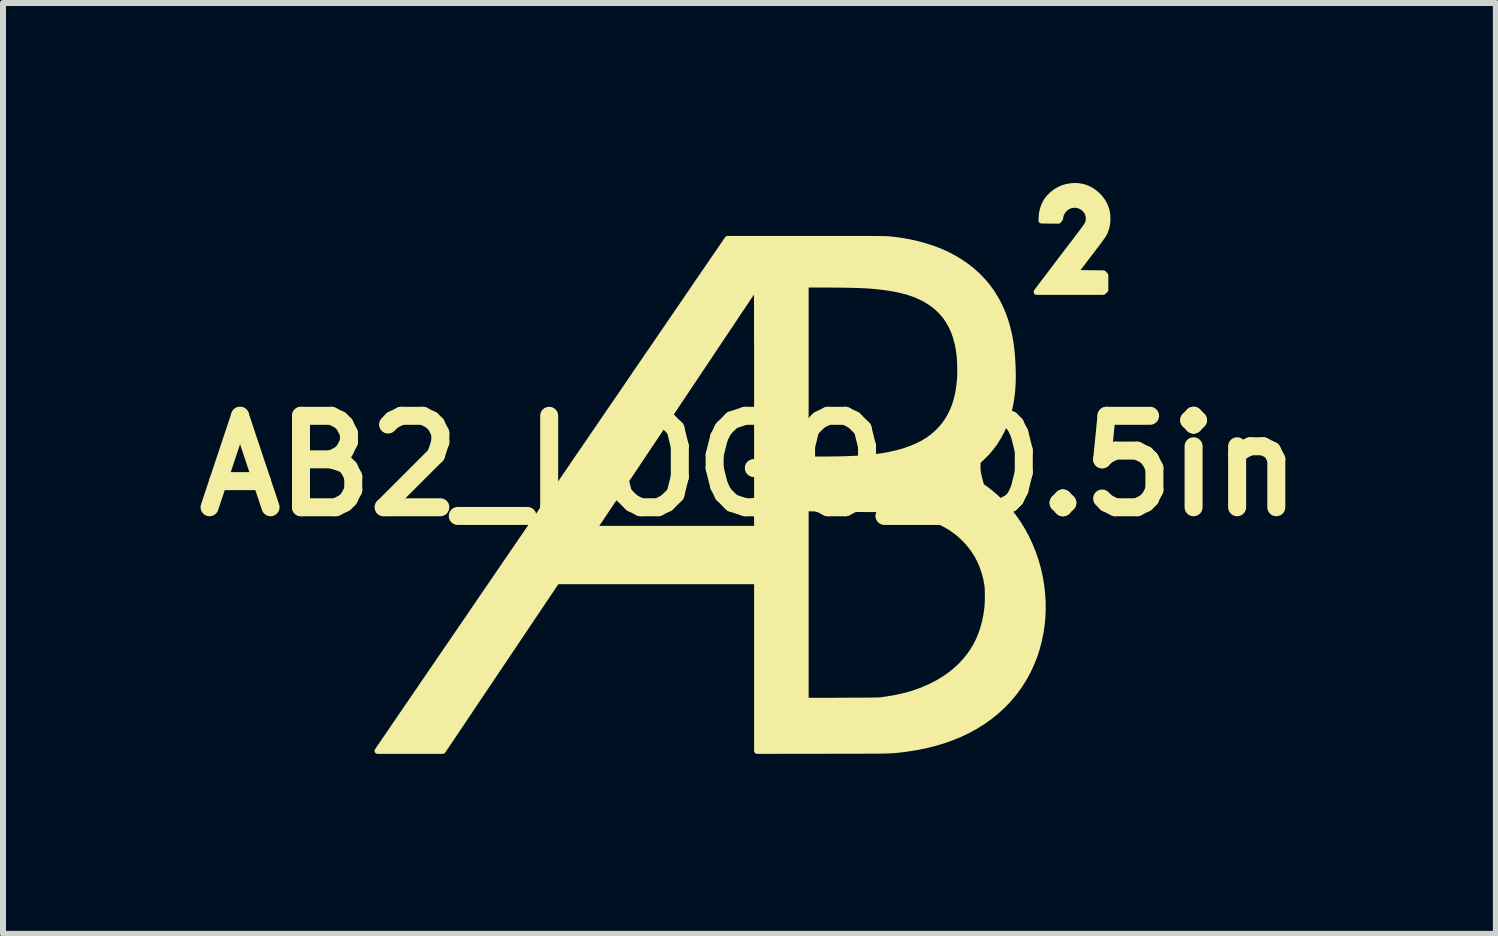
<source format=kicad_pcb>
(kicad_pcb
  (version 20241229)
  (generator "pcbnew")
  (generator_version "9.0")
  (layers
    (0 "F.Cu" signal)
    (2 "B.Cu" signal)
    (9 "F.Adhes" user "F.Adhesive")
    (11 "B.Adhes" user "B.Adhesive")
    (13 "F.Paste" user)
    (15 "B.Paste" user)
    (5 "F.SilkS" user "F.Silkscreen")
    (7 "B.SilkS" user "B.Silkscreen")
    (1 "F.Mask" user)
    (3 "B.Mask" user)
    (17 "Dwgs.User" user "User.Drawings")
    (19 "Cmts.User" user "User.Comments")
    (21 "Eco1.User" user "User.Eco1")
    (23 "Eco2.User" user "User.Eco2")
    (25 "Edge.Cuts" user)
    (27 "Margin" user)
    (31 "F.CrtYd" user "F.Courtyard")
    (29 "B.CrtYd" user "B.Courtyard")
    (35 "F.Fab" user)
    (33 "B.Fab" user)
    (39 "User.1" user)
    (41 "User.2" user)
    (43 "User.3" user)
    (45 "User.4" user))
  (footprint "AB2_LOGO_0.5in"
    (layer "F.Cu")
    (at 9.442 4.715)
    (property "Reference" "AB2_LOGO_0.5in" (at 0 0 0) (layer "F.SilkS") (effects (font (size 1.524 1.524) (thickness 0.3))))
    (attr through_hole)
    (fp_poly (pts (xy 5.966 -4.123) (xy 5.965 -4.075) (xy 5.96 -4.031) (xy 5.952 -3.99) (xy 5.939 -3.946) (xy 5.935 -3.934) (xy 5.931 -3.922) (xy 5.927 -3.911) (xy 5.922 -3.901) (xy 5.918 -3.89) (xy 5.913 -3.88) (xy 5.906 -3.868) (xy 5.899 -3.855) (xy 5.89 -3.841) (xy 5.879 -3.824) (xy 5.866 -3.806) (xy 5.85 -3.784) (xy 5.832 -3.759) (xy 5.811 -3.73) (xy 5.787 -3.698) (xy 5.758 -3.661) (xy 5.727 -3.619) (xy 5.691 -3.572) (xy 5.65 -3.519) (xy 5.605 -3.46) (xy 5.58 -3.427) (xy 5.552 -3.39) (xy 5.525 -3.355) (xy 5.501 -3.323) (xy 5.478 -3.294) (xy 5.459 -3.268) (xy 5.443 -3.247) (xy 5.431 -3.231) (xy 5.423 -3.22) (xy 5.42 -3.215) (xy 5.42 -3.215) (xy 5.424 -3.215) (xy 5.436 -3.214) (xy 5.455 -3.214) (xy 5.48 -3.214) (xy 5.511 -3.213) (xy 5.546 -3.213) (xy 5.585 -3.212) (xy 5.628 -3.212) (xy 5.66 -3.211) (xy 5.899 -3.209) (xy 5.915 -3.192) (xy 5.931 -3.175) (xy 5.931 -3.054) (xy 5.931 -2.933) (xy 5.913 -2.916) (xy 5.895 -2.9) (xy 5.341 -2.9) (xy 4.787 -2.9) (xy 4.8 -2.918) (xy 4.809 -2.93) (xy 4.823 -2.948) (xy 4.841 -2.972) (xy 4.862 -3) (xy 4.887 -3.033) (xy 4.915 -3.07) (xy 4.946 -3.111) (xy 4.978 -3.154) (xy 5.013 -3.199) (xy 5.048 -3.246) (xy 5.084 -3.293) (xy 5.121 -3.342) (xy 5.157 -3.39) (xy 5.193 -3.437) (xy 5.228 -3.483) (xy 5.26 -3.524) (xy 5.311 -3.592) (xy 5.358 -3.653) (xy 5.4 -3.708) (xy 5.438 -3.757) (xy 5.471 -3.802) (xy 5.501 -3.841) (xy 5.527 -3.876) (xy 5.55 -3.906) (xy 5.569 -3.932) (xy 5.586 -3.955) (xy 5.6 -3.975) (xy 5.612 -3.992) (xy 5.621 -4.006) (xy 5.629 -4.018) (xy 5.635 -4.029) (xy 5.639 -4.038) (xy 5.643 -4.046) (xy 5.646 -4.053) (xy 5.648 -4.06) (xy 5.649 -4.067) (xy 5.651 -4.074) (xy 5.652 -4.08) (xy 5.656 -4.123) (xy 5.652 -4.165) (xy 5.641 -4.204) (xy 5.622 -4.241) (xy 5.597 -4.274) (xy 5.565 -4.303) (xy 5.528 -4.326) (xy 5.526 -4.327) (xy 5.495 -4.34) (xy 5.463 -4.348) (xy 5.429 -4.352) (xy 5.416 -4.352) (xy 5.373 -4.348) (xy 5.334 -4.337) (xy 5.297 -4.319) (xy 5.262 -4.292) (xy 5.249 -4.28) (xy 5.229 -4.258) (xy 5.212 -4.232) (xy 5.197 -4.205) (xy 5.187 -4.179) (xy 5.184 -4.162) (xy 5.181 -4.143) (xy 5.178 -4.129) (xy 5.174 -4.12) (xy 5.169 -4.111) (xy 5.163 -4.104) (xy 5.149 -4.087) (xy 5.008 -4.088) (xy 4.867 -4.09) (xy 4.87 -4.143) (xy 4.876 -4.213) (xy 4.891 -4.279) (xy 4.912 -4.34) (xy 4.929 -4.375) (xy 4.96 -4.427) (xy 4.999 -4.475) (xy 5.044 -4.52) (xy 5.094 -4.56) (xy 5.149 -4.595) (xy 5.206 -4.623) (xy 5.241 -4.636) (xy 5.304 -4.652) (xy 5.368 -4.662) (xy 5.433 -4.665) (xy 5.498 -4.66) (xy 5.56 -4.648) (xy 5.588 -4.64) (xy 5.647 -4.616) (xy 5.704 -4.585) (xy 5.756 -4.548) (xy 5.805 -4.505) (xy 5.848 -4.457) (xy 5.886 -4.405) (xy 5.916 -4.35) (xy 5.939 -4.295) (xy 5.95 -4.26) (xy 5.957 -4.229) (xy 5.962 -4.2) (xy 5.965 -4.169) (xy 5.966 -4.133) (xy 5.966 -4.123)) (stroke (width 0.1) (type solid)) (fill yes) (layer "F.SilkS"))
    (fp_poly (pts (xy 4.887 2.413) (xy 4.88 2.553) (xy 4.872 2.633) (xy 4.852 2.773) (xy 4.824 2.91) (xy 4.789 3.044) (xy 4.747 3.174) (xy 4.696 3.3) (xy 4.639 3.423) (xy 4.574 3.541) (xy 4.503 3.655) (xy 4.424 3.764) (xy 4.396 3.799) (xy 4.308 3.903) (xy 4.213 4.001) (xy 4.112 4.093) (xy 4.005 4.179) (xy 3.973 4.202) (xy 3.973 2.171) (xy 3.973 2.127) (xy 3.972 2.086) (xy 3.971 2.048) (xy 3.969 2.015) (xy 3.966 1.989) (xy 3.965 1.983) (xy 3.945 1.874) (xy 3.917 1.769) (xy 3.882 1.668) (xy 3.84 1.571) (xy 3.791 1.479) (xy 3.734 1.391) (xy 3.67 1.308) (xy 3.6 1.229) (xy 3.588 1.217) (xy 3.53 1.162) (xy 3.472 1.112) (xy 3.412 1.067) (xy 3.349 1.024) (xy 3.281 0.984) (xy 3.206 0.945) (xy 3.198 0.941) (xy 3.1 0.896) (xy 2.998 0.857) (xy 2.891 0.822) (xy 2.78 0.793) (xy 2.663 0.769) (xy 2.557 0.752) (xy 2.505 0.745) (xy 2.453 0.739) (xy 2.401 0.734) (xy 2.346 0.729) (xy 2.289 0.726) (xy 2.228 0.723) (xy 2.162 0.722) (xy 2.091 0.72) (xy 2.012 0.72) (xy 1.962 0.72) (xy 1.915 0.72) (xy 1.861 0.719) (xy 1.8 0.719) (xy 1.734 0.718) (xy 1.665 0.718) (xy 1.592 0.717) (xy 1.518 0.716) (xy 1.442 0.715) (xy 1.368 0.714) (xy 1.295 0.713) (xy 1.224 0.712) (xy 1.157 0.711) (xy 1.095 0.71) (xy 1.062 0.709) (xy 0.936 0.706) (xy 0.936 2.311) (xy 0.936 3.916) (xy 1.538 3.915) (xy 1.633 3.914) (xy 1.719 3.914) (xy 1.797 3.914) (xy 1.868 3.913) (xy 1.931 3.913) (xy 1.986 3.912) (xy 2.034 3.912) (xy 2.075 3.911) (xy 2.11 3.911) (xy 2.137 3.91) (xy 2.158 3.909) (xy 2.173 3.908) (xy 2.18 3.908) (xy 2.302 3.891) (xy 2.416 3.872) (xy 2.524 3.849) (xy 2.628 3.824) (xy 2.727 3.795) (xy 2.823 3.762) (xy 2.918 3.724) (xy 3.011 3.683) (xy 3.037 3.671) (xy 3.148 3.613) (xy 3.252 3.55) (xy 3.349 3.483) (xy 3.439 3.41) (xy 3.523 3.332) (xy 3.6 3.249) (xy 3.67 3.161) (xy 3.717 3.094) (xy 3.772 3.004) (xy 3.82 2.91) (xy 3.861 2.812) (xy 3.896 2.71) (xy 3.925 2.602) (xy 3.948 2.488) (xy 3.965 2.369) (xy 3.965 2.365) (xy 3.968 2.335) (xy 3.97 2.298) (xy 3.972 2.258) (xy 3.973 2.215) (xy 3.973 2.171) (xy 3.973 4.202) (xy 3.892 4.26) (xy 3.774 4.334) (xy 3.65 4.403) (xy 3.52 4.466) (xy 3.384 4.522) (xy 3.244 4.573) (xy 3.098 4.617) (xy 2.947 4.655) (xy 2.79 4.687) (xy 2.629 4.713) (xy 2.557 4.722) (xy 2.535 4.725) (xy 2.516 4.727) (xy 2.497 4.729) (xy 2.48 4.731) (xy 2.463 4.733) (xy 2.447 4.735) (xy 2.43 4.736) (xy 2.413 4.738) (xy 2.396 4.739) (xy 2.377 4.74) (xy 2.357 4.741) (xy 2.335 4.742) (xy 2.31 4.743) (xy 2.284 4.744) (xy 2.254 4.745) (xy 2.222 4.745) (xy 2.186 4.746) (xy 2.145 4.746) (xy 2.101 4.747) (xy 2.052 4.747) (xy 1.998 4.747) (xy 1.939 4.747) (xy 1.874 4.748) (xy 1.804 4.748) (xy 1.727 4.748) (xy 1.643 4.748) (xy 1.552 4.748) (xy 1.454 4.748) (xy 1.348 4.748) (xy 1.234 4.749) (xy 1.22 4.749) (xy 0.127 4.75) (xy 0.127 3.336) (xy 0.127 1.922) (xy 0.127 1.05) (xy 0.127 -0.985) (xy 0.127 -1.121) (xy 0.127 -1.254) (xy 0.127 -1.384) (xy 0.127 -1.511) (xy 0.127 -1.635) (xy 0.127 -1.754) (xy 0.127 -1.87) (xy 0.127 -1.982) (xy 0.126 -2.089) (xy 0.126 -2.192) (xy 0.126 -2.29) (xy 0.126 -2.383) (xy 0.126 -2.47) (xy 0.126 -2.552) (xy 0.126 -2.628) (xy 0.125 -2.698) (xy 0.125 -2.762) (xy 0.125 -2.819) (xy 0.125 -2.869) (xy 0.125 -2.913) (xy 0.124 -2.949) (xy 0.124 -2.977) (xy 0.124 -2.998) (xy 0.124 -3.011) (xy 0.123 -3.016) (xy 0.123 -3.016) (xy 0.121 -3.012) (xy 0.114 -3.002) (xy 0.102 -2.985) (xy 0.086 -2.961) (xy 0.067 -2.932) (xy 0.044 -2.897) (xy 0.017 -2.857) (xy -0.014 -2.812) (xy -0.047 -2.762) (xy -0.083 -2.708) (xy -0.123 -2.649) (xy -0.165 -2.587) (xy -0.209 -2.521) (xy -0.255 -2.451) (xy -0.304 -2.378) (xy -0.354 -2.303) (xy -0.407 -2.225) (xy -0.46 -2.145) (xy -0.515 -2.063) (xy -0.538 -2.028) (xy -0.602 -1.933) (xy -0.67 -1.831) (xy -0.741 -1.724) (xy -0.816 -1.613) (xy -0.893 -1.497) (xy -0.973 -1.378) (xy -1.054 -1.257) (xy -1.136 -1.134) (xy -1.219 -1.01) (xy -1.302 -0.886) (xy -1.385 -0.762) (xy -1.466 -0.64) (xy -1.547 -0.52) (xy -1.625 -0.403) (xy -1.701 -0.29) (xy -1.773 -0.181) (xy -1.843 -0.077) (xy -1.889 -0.008) (xy -1.946 0.077) (xy -2.001 0.16) (xy -2.056 0.241) (xy -2.108 0.32) (xy -2.159 0.396) (xy -2.208 0.47) (xy -2.255 0.54) (xy -2.3 0.607) (xy -2.342 0.67) (xy -2.382 0.729) (xy -2.418 0.784) (xy -2.452 0.834) (xy -2.482 0.879) (xy -2.509 0.919) (xy -2.533 0.954) (xy -2.552 0.984) (xy -2.568 1.007) (xy -2.579 1.024) (xy -2.586 1.035) (xy -2.589 1.038) (xy -2.596 1.05) (xy -1.235 1.05) (xy 0.127 1.05) (xy 0.127 1.922) (xy -1.543 1.922) (xy -3.212 1.922) (xy -3.775 2.759) (xy -3.832 2.845) (xy -3.892 2.933) (xy -3.953 3.025) (xy -4.016 3.118) (xy -4.079 3.212) (xy -4.143 3.307) (xy -4.207 3.402) (xy -4.27 3.496) (xy -4.332 3.589) (xy -4.393 3.68) (xy -4.452 3.768) (xy -4.509 3.852) (xy -4.563 3.933) (xy -4.614 4.008) (xy -4.661 4.079) (xy -4.704 4.143) (xy -4.724 4.173) (xy -5.112 4.75) (xy -5.655 4.75) (xy -6.199 4.75) (xy -6.191 4.738) (xy -6.188 4.734) (xy -6.181 4.723) (xy -6.169 4.705) (xy -6.152 4.681) (xy -6.131 4.651) (xy -6.106 4.614) (xy -6.077 4.571) (xy -6.044 4.523) (xy -6.007 4.469) (xy -5.966 4.409) (xy -5.922 4.344) (xy -5.874 4.274) (xy -5.822 4.199) (xy -5.768 4.119) (xy -5.71 4.034) (xy -5.649 3.945) (xy -5.585 3.852) (xy -5.518 3.754) (xy -5.449 3.652) (xy -5.377 3.547) (xy -5.302 3.437) (xy -5.225 3.325) (xy -5.146 3.209) (xy -5.064 3.089) (xy -4.98 2.967) (xy -4.895 2.842) (xy -4.807 2.714) (xy -4.718 2.584) (xy -4.628 2.451) (xy -4.535 2.316) (xy -4.442 2.179) (xy -4.347 2.04) (xy -4.251 1.9) (xy -4.154 1.758) (xy -4.056 1.614) (xy -3.957 1.47) (xy -3.857 1.324) (xy -3.757 1.178) (xy -3.656 1.03) (xy -3.555 0.883) (xy -3.454 0.735) (xy -3.353 0.586) (xy -3.251 0.438) (xy -3.15 0.29) (xy -3.049 0.142) (xy -2.948 -0.006) (xy -2.848 -0.153) (xy -2.748 -0.299) (xy -2.648 -0.444) (xy -2.55 -0.588) (xy -2.452 -0.731) (xy -2.356 -0.872) (xy -2.26 -1.012) (xy -2.166 -1.149) (xy -2.073 -1.285) (xy -1.982 -1.419) (xy -1.892 -1.551) (xy -1.803 -1.68) (xy -1.717 -1.807) (xy -1.632 -1.93) (xy -1.549 -2.051) (xy -1.469 -2.169) (xy -1.391 -2.283) (xy -1.315 -2.394) (xy -1.241 -2.502) (xy -1.17 -2.605) (xy -1.102 -2.705) (xy -1.037 -2.801) (xy -0.974 -2.892) (xy -0.915 -2.979) (xy -0.859 -3.062) (xy -0.805 -3.139) (xy -0.756 -3.212) (xy -0.709 -3.28) (xy -0.667 -3.342) (xy -0.664 -3.346) (xy -0.365 -3.782) (xy 0.949 -3.782) (xy 1.074 -3.782) (xy 1.192 -3.782) (xy 1.301 -3.782) (xy 1.403 -3.782) (xy 1.498 -3.782) (xy 1.585 -3.782) (xy 1.666 -3.782) (xy 1.741 -3.782) (xy 1.809 -3.782) (xy 1.872 -3.782) (xy 1.929 -3.782) (xy 1.981 -3.782) (xy 2.027 -3.782) (xy 2.07 -3.781) (xy 2.108 -3.781) (xy 2.141 -3.781) (xy 2.171 -3.781) (xy 2.198 -3.78) (xy 2.221 -3.78) (xy 2.241 -3.78) (xy 2.259 -3.779) (xy 2.275 -3.779) (xy 2.288 -3.778) (xy 2.3 -3.778) (xy 2.31 -3.777) (xy 2.32 -3.777) (xy 2.328 -3.776) (xy 2.336 -3.775) (xy 2.339 -3.775) (xy 2.491 -3.757) (xy 2.639 -3.732) (xy 2.781 -3.702) (xy 2.917 -3.665) (xy 3.048 -3.623) (xy 3.174 -3.575) (xy 3.294 -3.521) (xy 3.408 -3.461) (xy 3.516 -3.396) (xy 3.619 -3.325) (xy 3.715 -3.249) (xy 3.805 -3.167) (xy 3.889 -3.079) (xy 3.967 -2.987) (xy 4.038 -2.889) (xy 4.102 -2.785) (xy 4.115 -2.762) (xy 4.17 -2.656) (xy 4.218 -2.546) (xy 4.26 -2.432) (xy 4.296 -2.312) (xy 4.326 -2.187) (xy 4.35 -2.057) (xy 4.367 -1.922) (xy 4.377 -1.81) (xy 4.384 -1.694) (xy 4.388 -1.586) (xy 4.389 -1.483) (xy 4.387 -1.386) (xy 4.382 -1.294) (xy 4.374 -1.205) (xy 4.362 -1.119) (xy 4.348 -1.034) (xy 4.33 -0.951) (xy 4.324 -0.929) (xy 4.292 -0.813) (xy 4.252 -0.701) (xy 4.207 -0.595) (xy 4.154 -0.495) (xy 4.095 -0.399) (xy 4.03 -0.309) (xy 3.958 -0.224) (xy 3.899 -0.164) (xy 3.866 -0.132) (xy 3.833 -0.102) (xy 3.8 -0.074) (xy 3.766 -0.047) (xy 3.728 -0.02) (xy 3.687 0.009) (xy 3.641 0.04) (xy 3.598 0.068) (xy 3.575 0.083) (xy 3.553 0.097) (xy 3.534 0.11) (xy 3.519 0.121) (xy 3.513 0.125) (xy 3.513 -1.564) (xy 3.513 -1.609) (xy 3.512 -1.655) (xy 3.511 -1.701) (xy 3.509 -1.744) (xy 3.507 -1.784) (xy 3.505 -1.818) (xy 3.503 -1.837) (xy 3.488 -1.948) (xy 3.467 -2.052) (xy 3.44 -2.15) (xy 3.407 -2.243) (xy 3.368 -2.329) (xy 3.323 -2.41) (xy 3.272 -2.486) (xy 3.215 -2.556) (xy 3.151 -2.62) (xy 3.081 -2.68) (xy 3.005 -2.734) (xy 2.927 -2.781) (xy 2.856 -2.817) (xy 2.78 -2.851) (xy 2.699 -2.881) (xy 2.613 -2.908) (xy 2.521 -2.931) (xy 2.423 -2.952) (xy 2.318 -2.97) (xy 2.207 -2.985) (xy 2.088 -2.998) (xy 1.962 -3.008) (xy 1.96 -3.008) (xy 1.91 -3.01) (xy 1.853 -3.013) (xy 1.788 -3.015) (xy 1.716 -3.017) (xy 1.637 -3.019) (xy 1.552 -3.02) (xy 1.462 -3.021) (xy 1.367 -3.022) (xy 1.268 -3.022) (xy 1.22 -3.023) (xy 0.936 -3.023) (xy 0.936 -1.564) (xy 0.936 -0.106) (xy 1.182 -0.106) (xy 1.233 -0.106) (xy 1.285 -0.106) (xy 1.337 -0.107) (xy 1.389 -0.107) (xy 1.438 -0.108) (xy 1.484 -0.108) (xy 1.524 -0.109) (xy 1.558 -0.11) (xy 1.566 -0.11) (xy 1.679 -0.114) (xy 1.784 -0.119) (xy 1.882 -0.125) (xy 1.974 -0.133) (xy 2.061 -0.141) (xy 2.143 -0.152) (xy 2.222 -0.163) (xy 2.298 -0.176) (xy 2.371 -0.191) (xy 2.443 -0.208) (xy 2.469 -0.214) (xy 2.583 -0.246) (xy 2.69 -0.284) (xy 2.79 -0.326) (xy 2.883 -0.372) (xy 2.97 -0.424) (xy 3.05 -0.481) (xy 3.123 -0.544) (xy 3.19 -0.611) (xy 3.25 -0.683) (xy 3.305 -0.761) (xy 3.353 -0.844) (xy 3.365 -0.87) (xy 3.385 -0.911) (xy 3.401 -0.948) (xy 3.416 -0.985) (xy 3.429 -1.023) (xy 3.442 -1.066) (xy 3.448 -1.086) (xy 3.47 -1.171) (xy 3.487 -1.259) (xy 3.5 -1.352) (xy 3.51 -1.451) (xy 3.51 -1.454) (xy 3.511 -1.485) (xy 3.512 -1.522) (xy 3.513 -1.564) (xy 3.513 0.125) (xy 3.509 0.127) (xy 3.508 0.128) (xy 3.492 0.141) (xy 3.512 0.152) (xy 3.524 0.157) (xy 3.541 0.165) (xy 3.562 0.175) (xy 3.584 0.185) (xy 3.588 0.186) (xy 3.65 0.216) (xy 3.716 0.25) (xy 3.782 0.288) (xy 3.847 0.328) (xy 3.909 0.369) (xy 3.934 0.387) (xy 4.023 0.456) (xy 4.111 0.532) (xy 4.196 0.614) (xy 4.277 0.7) (xy 4.354 0.79) (xy 4.396 0.845) (xy 4.475 0.956) (xy 4.547 1.073) (xy 4.613 1.194) (xy 4.672 1.32) (xy 4.724 1.449) (xy 4.77 1.581) (xy 4.808 1.716) (xy 4.839 1.854) (xy 4.862 1.992) (xy 4.878 2.132) (xy 4.887 2.273) (xy 4.887 2.413)) (stroke (width 0.1) (type solid)) (fill yes) (layer "F.SilkS")))
  (gr_rect
    (start -3 -3)
    (end 21.883 12.515)
    (stroke (width 0.1) (type default))
    (fill no)
    (layer "Edge.Cuts")))
</source>
